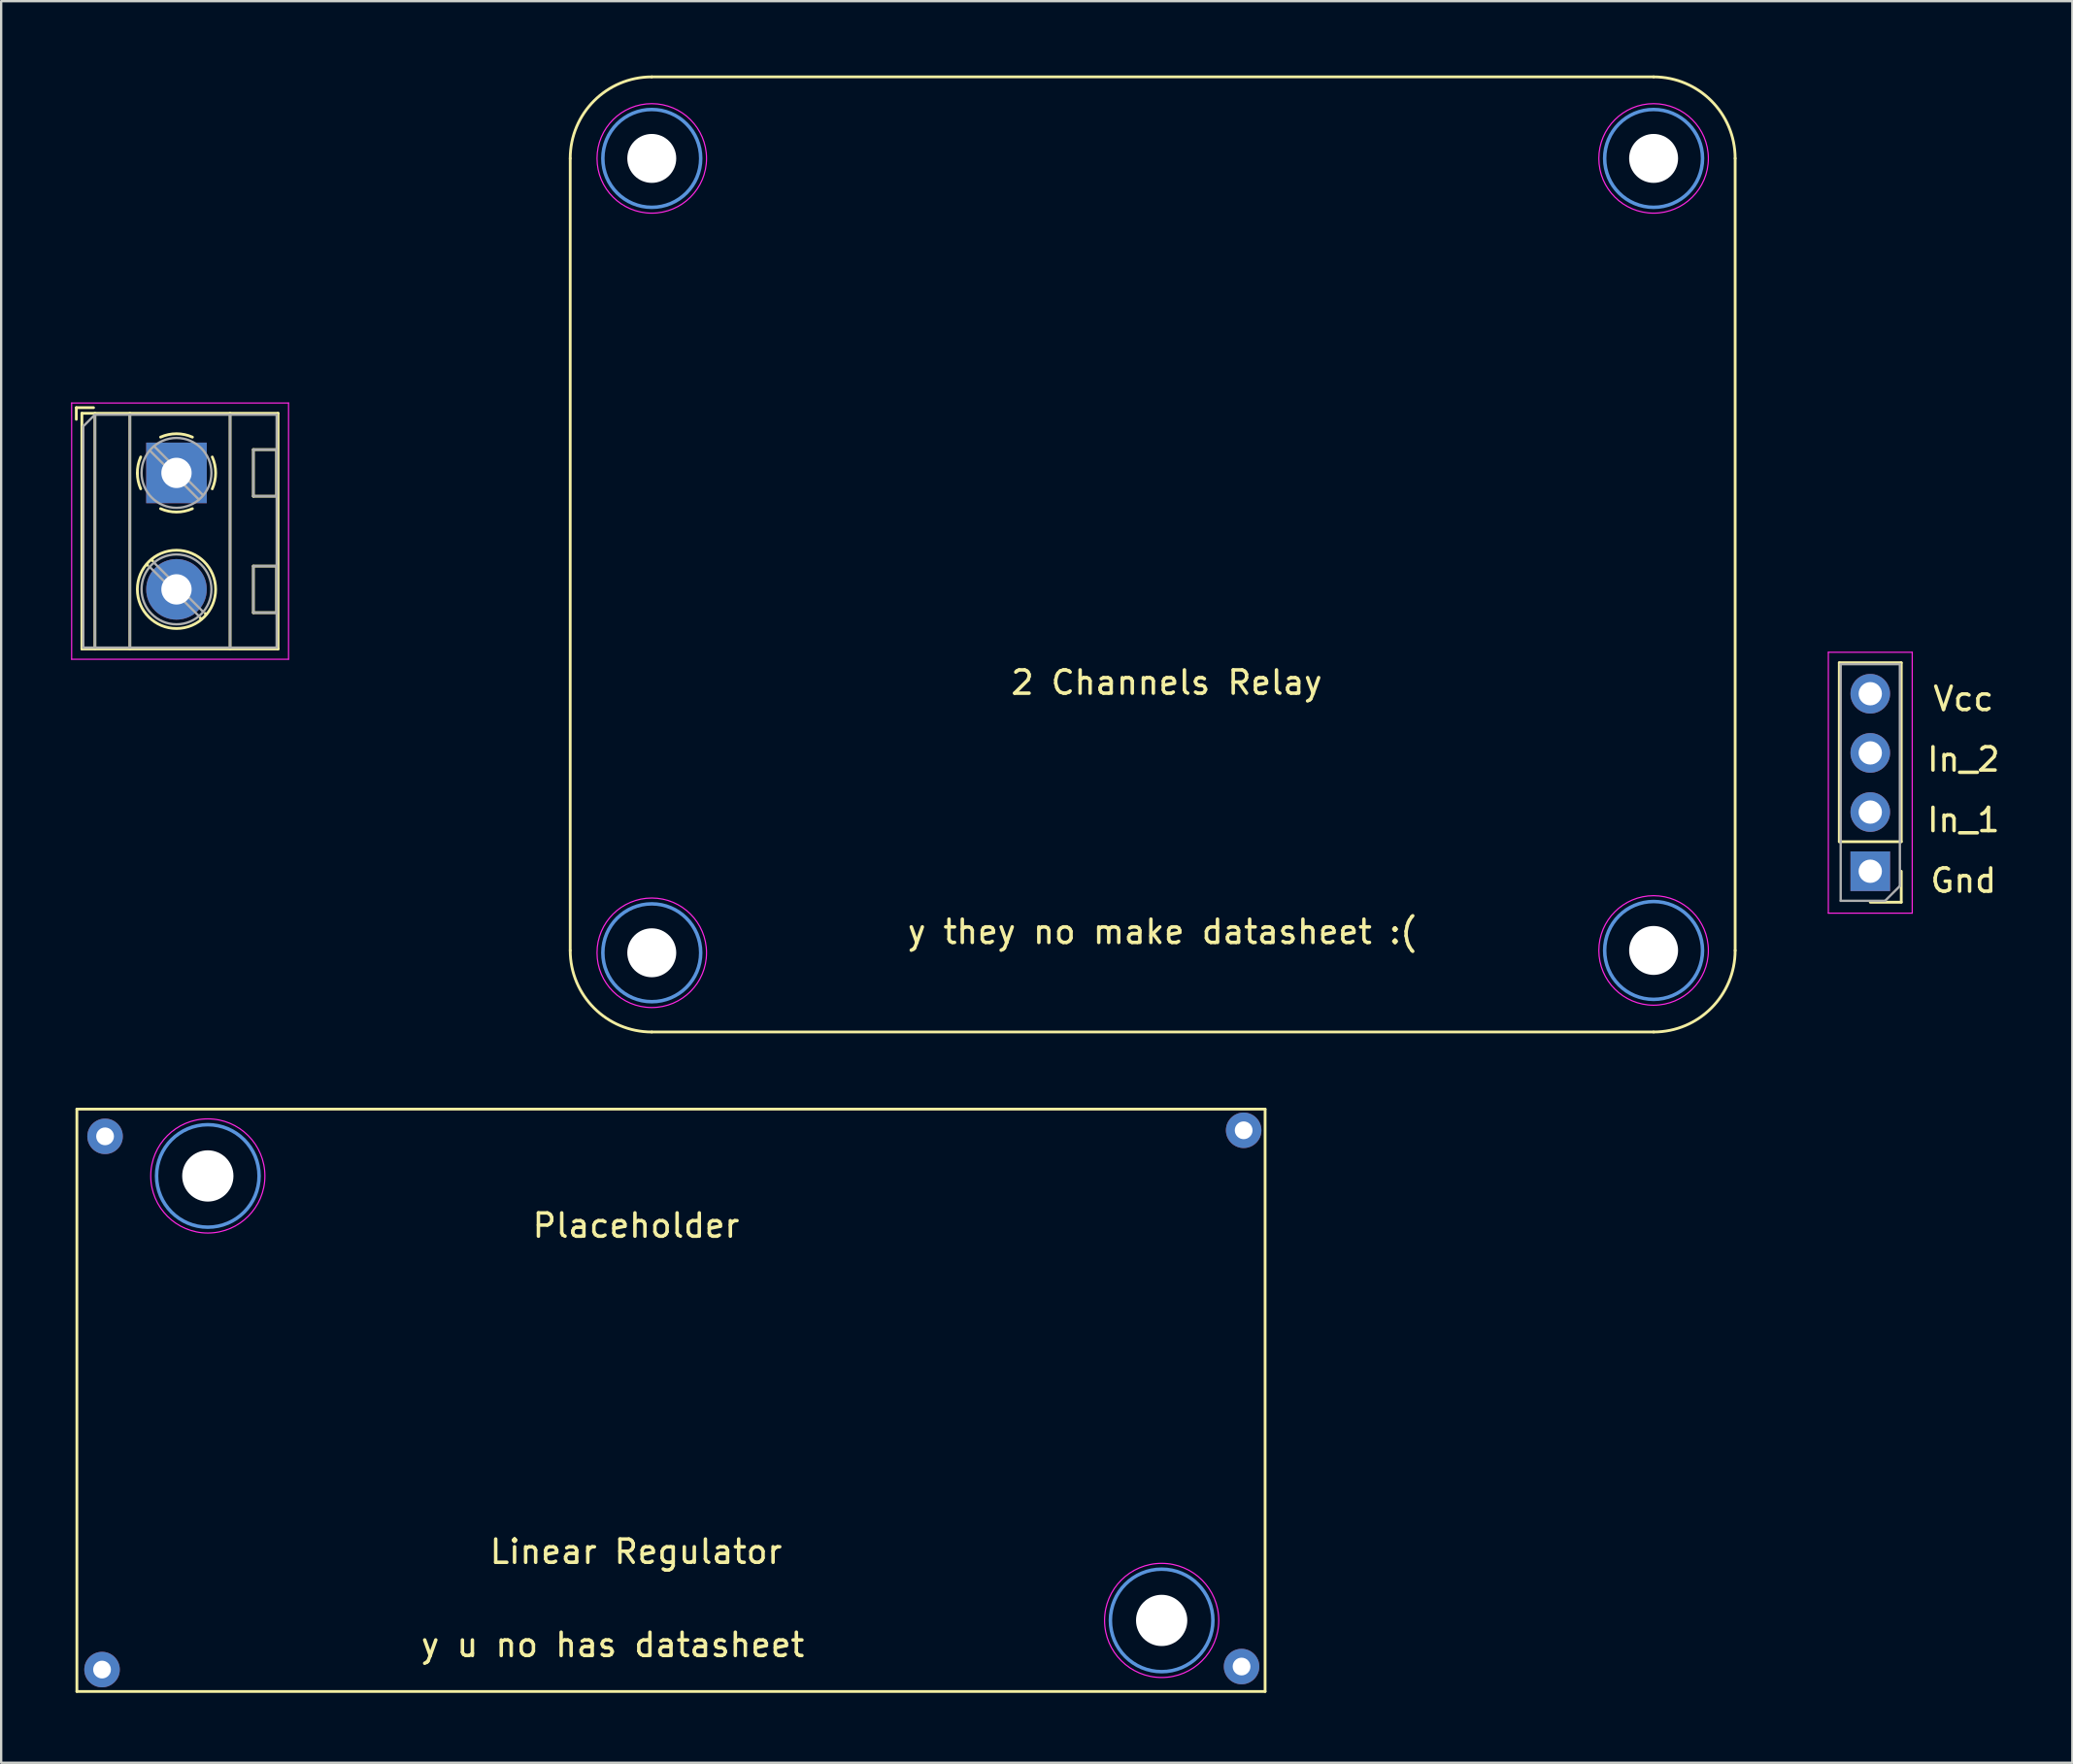
<source format=kicad_pcb>
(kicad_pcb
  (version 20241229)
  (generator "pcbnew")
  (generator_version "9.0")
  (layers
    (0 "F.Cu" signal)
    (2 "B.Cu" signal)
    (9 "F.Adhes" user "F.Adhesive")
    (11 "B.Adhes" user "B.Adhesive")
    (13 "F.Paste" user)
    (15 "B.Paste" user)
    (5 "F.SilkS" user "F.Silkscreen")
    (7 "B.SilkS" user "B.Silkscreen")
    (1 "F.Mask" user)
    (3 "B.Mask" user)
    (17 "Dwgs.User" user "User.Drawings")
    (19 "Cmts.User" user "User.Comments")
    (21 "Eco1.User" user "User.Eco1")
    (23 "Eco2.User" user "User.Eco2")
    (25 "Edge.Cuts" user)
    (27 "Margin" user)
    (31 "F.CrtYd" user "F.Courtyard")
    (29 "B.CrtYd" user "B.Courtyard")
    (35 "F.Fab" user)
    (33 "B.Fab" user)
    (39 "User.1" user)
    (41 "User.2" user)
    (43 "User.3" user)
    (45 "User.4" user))
  (footprint "Linear Regulator"
    (layer "F.Cu")
    (at 0.25 44.56)
    (property "Reference" "Linear Regulator" (at 24 19 0) (layer "F.SilkS") (effects (font (size 1 1) (thickness 0.15))))
    (attr through_hole)
    (fp_line (start 0 0) (end 0 25) (stroke (width 0.12) (type solid)) (layer "F.SilkS"))
    (fp_line (start 0 0) (end 51 0) (stroke (width 0.12) (type solid)) (layer "F.SilkS"))
    (fp_line (start 0 25) (end 51 25) (stroke (width 0.12) (type solid)) (layer "F.SilkS"))
    (fp_line (start 51 0) (end 51 25) (stroke (width 0.12) (type solid)) (layer "F.SilkS"))
    (fp_circle (center 5.62 2.87) (end 7.82 2.87) (stroke (width 0.15) (type solid)) (fill no) (layer "Cmts.User"))
    (fp_circle (center 46.56 21.95) (end 48.76 21.95) (stroke (width 0.15) (type solid)) (fill no) (layer "Cmts.User"))
    (fp_circle (center 5.62 2.87) (end 8.07 2.87) (stroke (width 0.05) (type solid)) (fill no) (layer "F.CrtYd"))
    (fp_circle (center 46.56 21.95) (end 49.01 21.95) (stroke (width 0.05) (type solid)) (fill no) (layer "F.CrtYd"))
    (fp_text user "y u no has datasheet" (at 23 23 0) (layer "F.SilkS") (effects (font (size 1 1) (thickness 0.15))))
    (fp_text user "Placeholder" (at 24 5 0) (layer "F.SilkS") (effects (font (size 1 1) (thickness 0.15))))
    (pad "" np_thru_hole circle (at 5.62 2.87) (size 2.2 2.2) (drill 2.2) (layers "*.Cu" "*.Mask"))
    (pad "" np_thru_hole circle (at 46.56 21.95) (size 2.2 2.2) (drill 2.2) (layers "*.Cu" "*.Mask"))
    (pad "2" thru_hole circle (at 50.08 0.91) (size 1.524 1.524) (drill 0.762) (layers "*.Cu" "*.Mask"))
    (pad "3" thru_hole circle (at 49.99 23.93) (size 1.524 1.524) (drill 0.762) (layers "*.Cu" "*.Mask"))
    (pad "4" thru_hole circle (at 1.21 1.17) (size 1.524 1.524) (drill 0.762) (layers "*.Cu" "*.Mask"))
    (pad "5" thru_hole circle (at 1.08 24.06) (size 1.524 1.524) (drill 0.762) (layers "*.Cu" "*.Mask")))
  (footprint "2 Channels Relay"
    (layer "F.Cu")
    (at 21.525 0.25)
    (property "Reference" "2 Channels Relay" (at 25.5 26 0) (layer "F.SilkS") (effects (font (size 1 1) (thickness 0.15))))
    (attr through_hole)
    (fp_line (start -21.3 14.2) (end -21.3 14.7) (stroke (width 0.12) (type solid)) (layer "F.SilkS"))
    (fp_line (start -21.06 14.44) (end -21.06 24.56) (stroke (width 0.12) (type solid)) (layer "F.SilkS"))
    (fp_line (start -20.56 14.2) (end -21.3 14.2) (stroke (width 0.12) (type solid)) (layer "F.SilkS"))
    (fp_line (start -20.5 14.44) (end -20.5 24.56) (stroke (width 0.12) (type solid)) (layer "F.SilkS"))
    (fp_line (start -19 14.44) (end -19 24.56) (stroke (width 0.12) (type solid)) (layer "F.SilkS"))
    (fp_line (start -18.239 20.966) (end -18.274 20.931) (stroke (width 0.12) (type solid)) (layer "F.SilkS"))
    (fp_line (start -18.023 20.773) (end -18.069 20.726) (stroke (width 0.12) (type solid)) (layer "F.SilkS"))
    (fp_line (start -15.931 23.275) (end -15.977 23.228) (stroke (width 0.12) (type solid)) (layer "F.SilkS"))
    (fp_line (start -15.725 23.07) (end -15.761 23.035) (stroke (width 0.12) (type solid)) (layer "F.SilkS"))
    (fp_line (start -14.699 14.44) (end -14.699 24.56) (stroke (width 0.12) (type solid)) (layer "F.SilkS"))
    (fp_line (start -13.7 16) (end -13.7 18) (stroke (width 0.12) (type solid)) (layer "F.SilkS"))
    (fp_line (start -13.7 21) (end -13.7 23) (stroke (width 0.12) (type solid)) (layer "F.SilkS"))
    (fp_line (start -12.7 16) (end -13.7 16) (stroke (width 0.12) (type solid)) (layer "F.SilkS"))
    (fp_line (start -12.7 16) (end -12.7 18) (stroke (width 0.12) (type solid)) (layer "F.SilkS"))
    (fp_line (start -12.7 18) (end -13.7 18) (stroke (width 0.12) (type solid)) (layer "F.SilkS"))
    (fp_line (start -12.7 21) (end -13.7 21) (stroke (width 0.12) (type solid)) (layer "F.SilkS"))
    (fp_line (start -12.7 21) (end -12.7 23) (stroke (width 0.12) (type solid)) (layer "F.SilkS"))
    (fp_line (start -12.7 23) (end -13.7 23) (stroke (width 0.12) (type solid)) (layer "F.SilkS"))
    (fp_line (start -12.64 14.44) (end -21.06 14.44) (stroke (width 0.12) (type solid)) (layer "F.SilkS"))
    (fp_line (start -12.64 14.44) (end -12.64 24.56) (stroke (width 0.12) (type solid)) (layer "F.SilkS"))
    (fp_line (start -12.64 24.56) (end -21.06 24.56) (stroke (width 0.12) (type solid)) (layer "F.SilkS"))
    (fp_line (start -0.1 3.5) (end -0.1 37.5) (stroke (width 0.12) (type solid)) (layer "F.SilkS"))
    (fp_line (start 3.4 0) (end 46.4 0) (stroke (width 0.12) (type solid)) (layer "F.SilkS"))
    (fp_line (start 46.4 41) (end 3.4 41) (stroke (width 0.12) (type solid)) (layer "F.SilkS"))
    (fp_line (start 49.9 3.5) (end 49.9 37.5) (stroke (width 0.12) (type solid)) (layer "F.SilkS"))
    (fp_line (start 54.37 32.83) (end 54.37 25.15) (stroke (width 0.12) (type solid)) (layer "F.SilkS"))
    (fp_line (start 57.03 25.15) (end 54.37 25.15) (stroke (width 0.12) (type solid)) (layer "F.SilkS"))
    (fp_line (start 57.03 32.83) (end 54.37 32.83) (stroke (width 0.12) (type solid)) (layer "F.SilkS"))
    (fp_line (start 57.03 32.83) (end 57.03 25.15) (stroke (width 0.12) (type solid)) (layer "F.SilkS"))
    (fp_line (start 57.03 34.1) (end 57.03 35.43) (stroke (width 0.12) (type solid)) (layer "F.SilkS"))
    (fp_line (start 57.03 35.43) (end 55.7 35.43) (stroke (width 0.12) (type solid)) (layer "F.SilkS"))
    (fp_arc (start -18.680253 17.028805) (mid -18.646659 16.664449) (end -18.535 16.316) (stroke (width 0.12) (type solid)) (layer "F.SilkS"))
    (fp_arc (start -18.534756 17.683318) (mid -18.643288 17.349292) (end -18.68 17) (stroke (width 0.12) (type solid)) (layer "F.SilkS"))
    (fp_arc (start -17.683042 15.464573) (mid -16.999476 15.319499) (end -16.316 15.465) (stroke (width 0.12) (type solid)) (layer "F.SilkS"))
    (fp_arc (start -16.316958 18.535427) (mid -17.000524 18.680501) (end -17.684 18.535) (stroke (width 0.12) (type solid)) (layer "F.SilkS"))
    (fp_arc (start -15.464573 16.316958) (mid -15.319499 17.000524) (end -15.465 17.684) (stroke (width 0.12) (type solid)) (layer "F.SilkS"))
    (fp_arc (start -0.1 3.5) (mid 0.925126 1.025126) (end 3.4 0) (stroke (width 0.12) (type solid)) (layer "F.SilkS"))
    (fp_arc (start 3.4 41) (mid 0.925126 39.974874) (end -0.1 37.5) (stroke (width 0.12) (type solid)) (layer "F.SilkS"))
    (fp_arc (start 46.4 0) (mid 48.874874 1.025126) (end 49.9 3.5) (stroke (width 0.12) (type solid)) (layer "F.SilkS"))
    (fp_arc (start 49.9 37.5) (mid 48.874874 39.974874) (end 46.4 41) (stroke (width 0.12) (type solid)) (layer "F.SilkS"))
    (fp_circle (center -17 22) (end -17 23.68) (stroke (width 0.12) (type solid)) (fill no) (layer "F.SilkS"))
    (fp_circle (center 3.4 3.5) (end 5.5 3.5) (stroke (width 0.15) (type solid)) (fill no) (layer "Cmts.User"))
    (fp_circle (center 3.4 37.6) (end 5.5 37.6) (stroke (width 0.15) (type solid)) (fill no) (layer "Cmts.User"))
    (fp_circle (center 46.4 3.5) (end 48.5 3.5) (stroke (width 0.15) (type solid)) (fill no) (layer "Cmts.User"))
    (fp_circle (center 46.4 37.5) (end 48.5 37.5) (stroke (width 0.15) (type solid)) (fill no) (layer "Cmts.User"))
    (fp_line (start -21.5 14) (end -21.5 25) (stroke (width 0.05) (type solid)) (layer "F.CrtYd"))
    (fp_line (start -21.5 25) (end -12.19 25) (stroke (width 0.05) (type solid)) (layer "F.CrtYd"))
    (fp_line (start -12.19 14) (end -21.5 14) (stroke (width 0.05) (type solid)) (layer "F.CrtYd"))
    (fp_line (start -12.19 25) (end -12.19 14) (stroke (width 0.05) (type solid)) (layer "F.CrtYd"))
    (fp_line (start 53.9 35.9) (end 53.9 24.7) (stroke (width 0.05) (type solid)) (layer "F.CrtYd"))
    (fp_line (start 53.9 35.9) (end 57.5 35.9) (stroke (width 0.05) (type solid)) (layer "F.CrtYd"))
    (fp_line (start 57.5 24.7) (end 53.9 24.7) (stroke (width 0.05) (type solid)) (layer "F.CrtYd"))
    (fp_line (start 57.5 35.9) (end 57.5 24.7) (stroke (width 0.05) (type solid)) (layer "F.CrtYd"))
    (fp_circle (center 3.4 3.5) (end 5.75 3.5) (stroke (width 0.05) (type solid)) (fill no) (layer "F.CrtYd"))
    (fp_circle (center 3.4 37.6) (end 5.75 37.6) (stroke (width 0.05) (type solid)) (fill no) (layer "F.CrtYd"))
    (fp_circle (center 46.4 3.5) (end 48.75 3.5) (stroke (width 0.05) (type solid)) (fill no) (layer "F.CrtYd"))
    (fp_circle (center 46.4 37.5) (end 48.75 37.5) (stroke (width 0.05) (type solid)) (fill no) (layer "F.CrtYd"))
    (fp_line (start -21 15) (end -20.5 14.5) (stroke (width 0.1) (type solid)) (layer "F.Fab"))
    (fp_line (start -21 24.5) (end -21 15) (stroke (width 0.1) (type solid)) (layer "F.Fab"))
    (fp_line (start -20.5 14.5) (end -20.5 24.5) (stroke (width 0.1) (type solid)) (layer "F.Fab"))
    (fp_line (start -20.5 14.5) (end -12.7 14.5) (stroke (width 0.1) (type solid)) (layer "F.Fab"))
    (fp_line (start -19 14.5) (end -19 24.5) (stroke (width 0.1) (type solid)) (layer "F.Fab"))
    (fp_line (start -16.045 18.138) (end -18.138 16.045) (stroke (width 0.1) (type solid)) (layer "F.Fab"))
    (fp_line (start -16.045 23.138) (end -18.138 21.046) (stroke (width 0.1) (type solid)) (layer "F.Fab"))
    (fp_line (start -15.862 17.955) (end -17.955 15.862) (stroke (width 0.1) (type solid)) (layer "F.Fab"))
    (fp_line (start -15.862 22.955) (end -17.955 20.863) (stroke (width 0.1) (type solid)) (layer "F.Fab"))
    (fp_line (start -14.7 14.5) (end -14.7 24.5) (stroke (width 0.1) (type solid)) (layer "F.Fab"))
    (fp_line (start -13.7 16) (end -13.7 18) (stroke (width 0.1) (type solid)) (layer "F.Fab"))
    (fp_line (start -13.7 18) (end -12.7 18) (stroke (width 0.1) (type solid)) (layer "F.Fab"))
    (fp_line (start -13.7 21) (end -13.7 23) (stroke (width 0.1) (type solid)) (layer "F.Fab"))
    (fp_line (start -13.7 23) (end -12.7 23) (stroke (width 0.1) (type solid)) (layer "F.Fab"))
    (fp_line (start -12.7 14.5) (end -12.7 24.5) (stroke (width 0.1) (type solid)) (layer "F.Fab"))
    (fp_line (start -12.7 16) (end -13.7 16) (stroke (width 0.1) (type solid)) (layer "F.Fab"))
    (fp_line (start -12.7 18) (end -12.7 16) (stroke (width 0.1) (type solid)) (layer "F.Fab"))
    (fp_line (start -12.7 21) (end -13.7 21) (stroke (width 0.1) (type solid)) (layer "F.Fab"))
    (fp_line (start -12.7 23) (end -12.7 21) (stroke (width 0.1) (type solid)) (layer "F.Fab"))
    (fp_line (start -12.7 24.5) (end -21 24.5) (stroke (width 0.1) (type solid)) (layer "F.Fab"))
    (fp_line (start 54.43 25.21) (end 56.97 25.21) (stroke (width 0.1) (type solid)) (layer "F.Fab"))
    (fp_line (start 54.43 35.37) (end 54.43 25.21) (stroke (width 0.1) (type solid)) (layer "F.Fab"))
    (fp_line (start 56.335 35.37) (end 54.43 35.37) (stroke (width 0.1) (type solid)) (layer "F.Fab"))
    (fp_line (start 56.97 25.21) (end 56.97 34.735) (stroke (width 0.1) (type solid)) (layer "F.Fab"))
    (fp_line (start 56.97 34.735) (end 56.335 35.37) (stroke (width 0.1) (type solid)) (layer "F.Fab"))
    (fp_circle (center -17 17) (end -17 18.5) (stroke (width 0.1) (type solid)) (fill no) (layer "F.Fab"))
    (fp_circle (center -17 22) (end -17 23.5) (stroke (width 0.1) (type solid)) (fill no) (layer "F.Fab"))
    (fp_text user "Gnd" (at 59.7 34.5 180) (layer "F.SilkS") (effects (font (size 1 1) (thickness 0.15))))
    (fp_text user "In_1" (at 59.7 31.9 180) (layer "F.SilkS") (effects (font (size 1 1) (thickness 0.15))))
    (fp_text user "In_2" (at 59.7 29.3 180) (layer "F.SilkS") (effects (font (size 1 1) (thickness 0.15))))
    (fp_text user "Vcc" (at 59.7 26.7 180) (layer "F.SilkS") (effects (font (size 1 1) (thickness 0.15))))
    (fp_text user "y they no make datasheet :(" (at 25.3 36.7 180) (layer "F.SilkS") (effects (font (size 1 1) (thickness 0.15))))
    (pad "" np_thru_hole circle (at 3.4 3.5) (size 2.1 2.1) (drill 2.1) (layers "*.Cu" "*.Mask"))
    (pad "" np_thru_hole circle (at 3.4 37.6) (size 2.1 2.1) (drill 2.1) (layers "*.Cu" "*.Mask"))
    (pad "" np_thru_hole circle (at 46.4 3.5) (size 2.1 2.1) (drill 2.1) (layers "*.Cu" "*.Mask"))
    (pad "" np_thru_hole circle (at 46.4 37.5) (size 2.1 2.1) (drill 2.1) (layers "*.Cu" "*.Mask"))
    (pad "1" thru_hole rect (at -17 17 270) (size 2.6 2.6) (drill 1.3) (layers "*.Cu" "*.Mask"))
    (pad "1" thru_hole rect (at 55.7 34.1 180) (size 1.7 1.7) (drill 1) (layers "*.Cu" "*.Mask"))
    (pad "2" thru_hole circle (at -17 22 270) (size 2.6 2.6) (drill 1.3) (layers "*.Cu" "*.Mask"))
    (pad "2" thru_hole oval (at 55.7 31.56 180) (size 1.7 1.7) (drill 1) (layers "*.Cu" "*.Mask"))
    (pad "3" thru_hole oval (at 55.7 29.02 180) (size 1.7 1.7) (drill 1) (layers "*.Cu" "*.Mask"))
    (pad "4" thru_hole oval (at 55.7 26.48 180) (size 1.7 1.7) (drill 1) (layers "*.Cu" "*.Mask")))
  (gr_rect
    (start -3 -3)
    (end 85.898 72.62)
    (stroke (width 0.1) (type default))
    (fill no)
    (layer "Edge.Cuts")))
</source>
